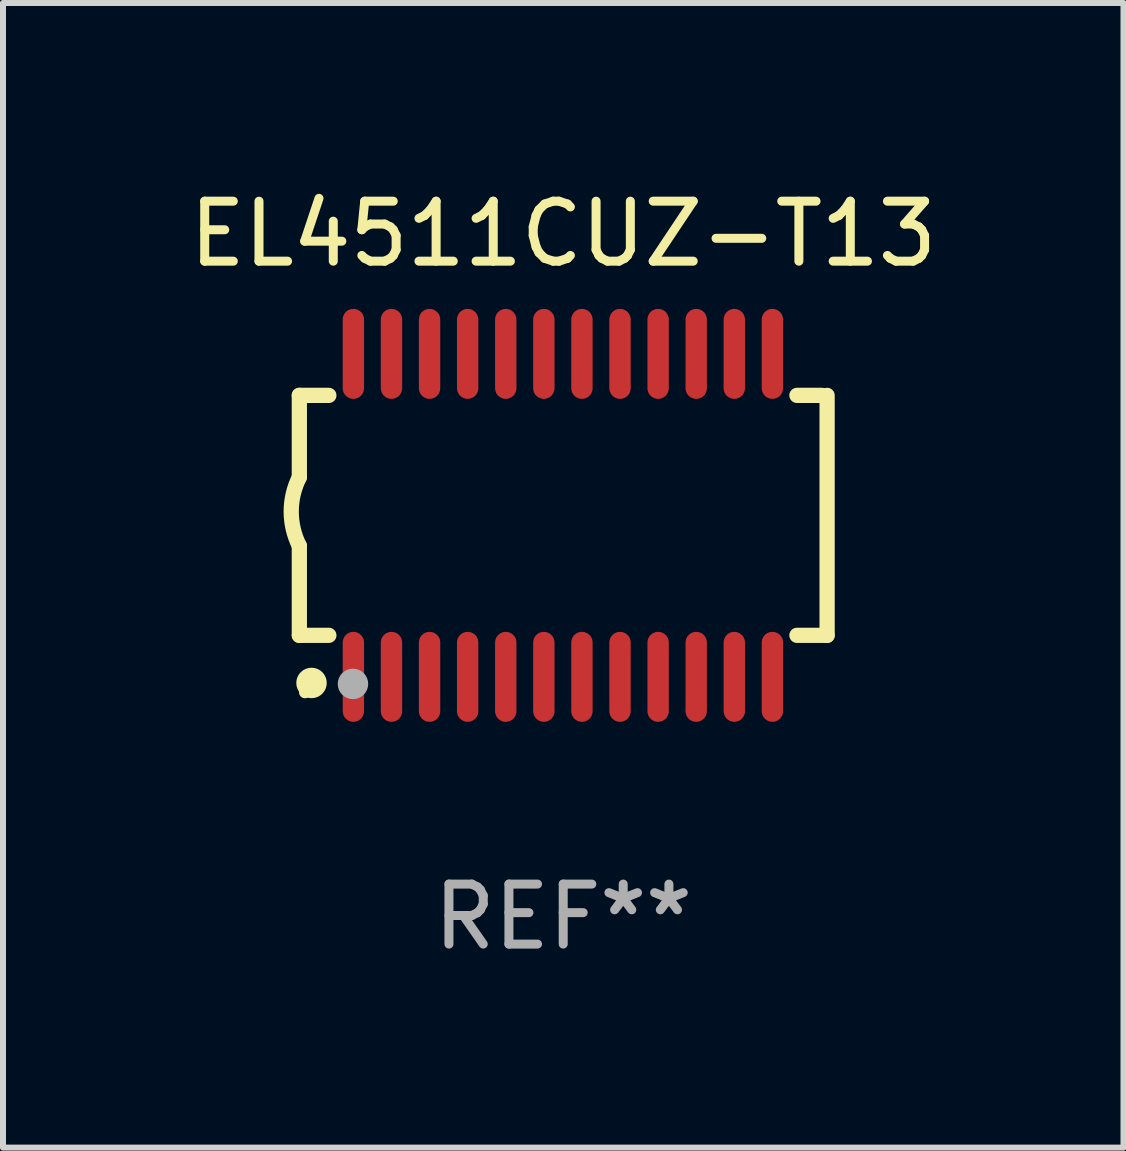
<source format=kicad_pcb>
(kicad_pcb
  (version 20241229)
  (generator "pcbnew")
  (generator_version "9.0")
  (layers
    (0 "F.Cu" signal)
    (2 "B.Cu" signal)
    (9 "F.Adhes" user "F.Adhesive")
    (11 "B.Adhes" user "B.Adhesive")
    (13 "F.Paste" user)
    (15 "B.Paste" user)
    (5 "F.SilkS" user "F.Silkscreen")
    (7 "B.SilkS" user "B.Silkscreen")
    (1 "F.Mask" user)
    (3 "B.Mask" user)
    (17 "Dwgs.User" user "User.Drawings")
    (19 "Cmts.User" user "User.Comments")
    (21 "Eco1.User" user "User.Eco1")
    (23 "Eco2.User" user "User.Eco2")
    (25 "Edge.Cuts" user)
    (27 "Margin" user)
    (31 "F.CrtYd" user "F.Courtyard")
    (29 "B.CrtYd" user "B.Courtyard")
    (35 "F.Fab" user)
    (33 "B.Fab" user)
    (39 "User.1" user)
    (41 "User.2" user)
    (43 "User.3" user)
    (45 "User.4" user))
  (footprint "EL4511CUZ-T13"
    (layer "F.Cu")
    (at 6.339 5.541)
    (property "Reference" "EL4511CUZ-T13" (at 0 -4.692 0) (layer "F.SilkS") (effects (font (size 1 1) (thickness 0.15))))
    (attr through_hole)
    (fp_line (start -4.399 -2) (end -4.399 -0.635) (stroke (width 0.254) (type solid)) (layer "F.SilkS"))
    (fp_line (start -4.399 -2) (end -3.907 -2) (stroke (width 0.254) (type solid)) (layer "F.SilkS"))
    (fp_line (start -4.399 2) (end -4.399 0.508) (stroke (width 0.254) (type solid)) (layer "F.SilkS"))
    (fp_line (start -4.399 2) (end -3.907 2) (stroke (width 0.254) (type solid)) (layer "F.SilkS"))
    (fp_line (start 3.896 -2) (end 4.313 -2) (stroke (width 0.254) (type solid)) (layer "F.SilkS"))
    (fp_line (start 3.896 2) (end 4.399 2) (stroke (width 0.254) (type solid)) (layer "F.SilkS"))
    (fp_line (start 4.399 2) (end 4.399 -2) (stroke (width 0.254) (type solid)) (layer "F.SilkS"))
    (fp_arc (start -4.399301 0.508001) (mid -4.534214 -0.0635) (end -4.399301 -0.635001) (stroke (width 0.254001) (type solid)) (layer "F.SilkS"))
    (fp_circle (center -4.305 2.95) (end -4.255 2.95) (stroke (width 0.1) (type solid)) (fill no) (layer "F.SilkS"))
    (fp_circle (center -4.196 2.794) (end -4.069 2.794) (stroke (width 0.254) (type solid)) (fill no) (layer "F.SilkS"))
    (fp_circle (center -3.505 2.81) (end -3.378 2.81) (stroke (width 0.254) (type solid)) (fill no) (layer "F.Fab"))
    (fp_text user "REF**" (at 0 6.692 0) (layer "F.Fab") (effects (font (size 1 1) (thickness 0.15))))
    (pad "1" smd oval (at -3.498 2.692 90) (size 1.5 0.356) (layers "F.Cu" "F.Mask" "F.Paste"))
    (pad "2" smd oval (at -2.863 2.692 90) (size 1.5 0.356) (layers "F.Cu" "F.Mask" "F.Paste"))
    (pad "3" smd oval (at -2.228 2.692 90) (size 1.5 0.356) (layers "F.Cu" "F.Mask" "F.Paste"))
    (pad "4" smd oval (at -1.593 2.692 90) (size 1.5 0.356) (layers "F.Cu" "F.Mask" "F.Paste"))
    (pad "5" smd oval (at -0.958 2.692 90) (size 1.5 0.356) (layers "F.Cu" "F.Mask" "F.Paste"))
    (pad "6" smd oval (at -0.323 2.692 90) (size 1.5 0.356) (layers "F.Cu" "F.Mask" "F.Paste"))
    (pad "7" smd oval (at 0.312 2.692 90) (size 1.5 0.356) (layers "F.Cu" "F.Mask" "F.Paste"))
    (pad "8" smd oval (at 0.947 2.692 90) (size 1.5 0.356) (layers "F.Cu" "F.Mask" "F.Paste"))
    (pad "9" smd oval (at 1.582 2.692 90) (size 1.5 0.356) (layers "F.Cu" "F.Mask" "F.Paste"))
    (pad "10" smd oval (at 2.217 2.692 90) (size 1.5 0.356) (layers "F.Cu" "F.Mask" "F.Paste"))
    (pad "11" smd oval (at 2.852 2.692 90) (size 1.5 0.356) (layers "F.Cu" "F.Mask" "F.Paste"))
    (pad "12" smd oval (at 3.487 2.692 90) (size 1.5 0.356) (layers "F.Cu" "F.Mask" "F.Paste"))
    (pad "13" smd oval (at 3.487 -2.692 90) (size 1.5 0.356) (layers "F.Cu" "F.Mask" "F.Paste"))
    (pad "14" smd oval (at 2.852 -2.692 90) (size 1.5 0.356) (layers "F.Cu" "F.Mask" "F.Paste"))
    (pad "15" smd oval (at 2.217 -2.692 90) (size 1.5 0.356) (layers "F.Cu" "F.Mask" "F.Paste"))
    (pad "16" smd oval (at 1.582 -2.692 90) (size 1.5 0.356) (layers "F.Cu" "F.Mask" "F.Paste"))
    (pad "17" smd oval (at 0.947 -2.692 90) (size 1.5 0.356) (layers "F.Cu" "F.Mask" "F.Paste"))
    (pad "18" smd oval (at 0.312 -2.692 90) (size 1.5 0.356) (layers "F.Cu" "F.Mask" "F.Paste"))
    (pad "19" smd oval (at -0.323 -2.692 90) (size 1.5 0.356) (layers "F.Cu" "F.Mask" "F.Paste"))
    (pad "20" smd oval (at -0.958 -2.692 90) (size 1.5 0.356) (layers "F.Cu" "F.Mask" "F.Paste"))
    (pad "21" smd oval (at -1.593 -2.692 90) (size 1.5 0.356) (layers "F.Cu" "F.Mask" "F.Paste"))
    (pad "22" smd oval (at -2.228 -2.692 90) (size 1.5 0.356) (layers "F.Cu" "F.Mask" "F.Paste"))
    (pad "23" smd oval (at -2.863 -2.692 90) (size 1.5 0.356) (layers "F.Cu" "F.Mask" "F.Paste"))
    (pad "24" smd oval (at -3.498 -2.692 90) (size 1.5 0.356) (layers "F.Cu" "F.Mask" "F.Paste")))
  (gr_rect
    (start -3 -3)
    (end 15.679 16.081)
    (stroke (width 0.1) (type default))
    (fill no)
    (layer "Edge.Cuts")))
</source>
